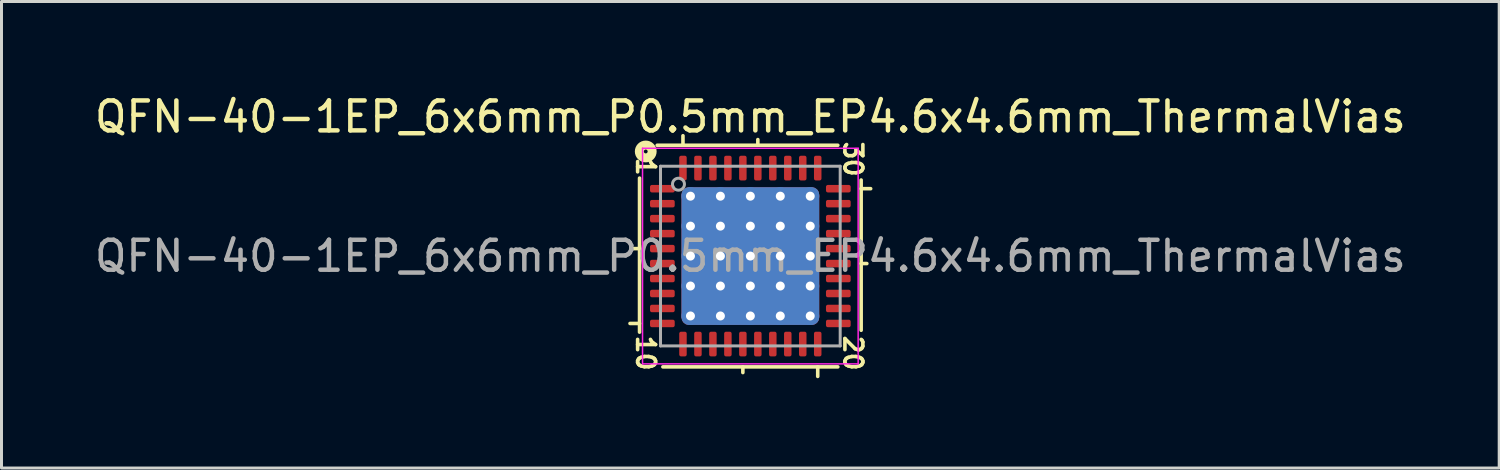
<source format=kicad_pcb>
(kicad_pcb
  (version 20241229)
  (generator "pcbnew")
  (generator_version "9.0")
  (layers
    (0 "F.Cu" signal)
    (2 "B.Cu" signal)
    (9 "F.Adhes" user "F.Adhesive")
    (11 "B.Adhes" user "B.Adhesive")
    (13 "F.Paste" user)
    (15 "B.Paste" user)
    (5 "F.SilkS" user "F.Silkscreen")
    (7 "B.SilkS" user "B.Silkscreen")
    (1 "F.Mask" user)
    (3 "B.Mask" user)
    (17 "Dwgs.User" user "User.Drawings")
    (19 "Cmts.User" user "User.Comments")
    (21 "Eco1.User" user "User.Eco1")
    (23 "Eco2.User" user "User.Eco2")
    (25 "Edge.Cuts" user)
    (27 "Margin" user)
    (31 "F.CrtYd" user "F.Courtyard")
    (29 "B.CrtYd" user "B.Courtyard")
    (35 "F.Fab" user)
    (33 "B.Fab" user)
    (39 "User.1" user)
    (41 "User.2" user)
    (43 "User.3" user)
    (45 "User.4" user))
  (footprint "QFN-40-1EP_6x6mm_P0.5mm_EP4.6x4.6mm_ThermalVias"
    (layer "F.Cu")
    (at 22.006 5.501)
    (property "Reference" "QFN-40-1EP_6x6mm_P0.5mm_EP4.6x4.6mm_ThermalVias" (at 0 -4.652 0) (layer "F.SilkS") (effects (font (size 1 1) (thickness 0.15))))
    (attr smd)
    (fp_line (start -4.018 2.25) (end -3.7 2.25) (stroke (width 0.12) (type solid)) (layer "F.SilkS"))
    (fp_line (start -3.7 -2.603) (end -3.7 2.54) (stroke (width 0.12) (type solid)) (layer "F.SilkS"))
    (fp_line (start -3.7 -0.25) (end -3.89 -0.25) (stroke (width 0.12) (type solid)) (layer "F.SilkS"))
    (fp_line (start -2.921 3.7) (end 2.921 3.7) (stroke (width 0.12) (type solid)) (layer "F.SilkS"))
    (fp_line (start -2.25 -3.7) (end -2.25 -4.018) (stroke (width 0.12) (type solid)) (layer "F.SilkS"))
    (fp_line (start -0.25 3.7) (end -0.25 3.89) (stroke (width 0.12) (type solid)) (layer "F.SilkS"))
    (fp_line (start 0.25 -3.7) (end 0.25 -3.89) (stroke (width 0.12) (type solid)) (layer "F.SilkS"))
    (fp_line (start 2.25 3.7) (end 2.25 4.018) (stroke (width 0.12) (type solid)) (layer "F.SilkS"))
    (fp_line (start 2.921 -3.7) (end -3.111 -3.7) (stroke (width 0.12) (type solid)) (layer "F.SilkS"))
    (fp_line (start 3.7 -2.25) (end 4.018 -2.25) (stroke (width 0.12) (type solid)) (layer "F.SilkS"))
    (fp_line (start 3.7 0.25) (end 3.89 0.25) (stroke (width 0.12) (type solid)) (layer "F.SilkS"))
    (fp_line (start 3.7 2.477) (end 3.7 -2.54) (stroke (width 0.12) (type solid)) (layer "F.SilkS"))
    (fp_circle (center -3.493 -3.493) (end -3.429 -3.493) (stroke (width 0.3) (type solid)) (fill no) (layer "F.SilkS"))
    (fp_line (start -3.6 -3.6) (end -3.6 3.6) (stroke (width 0.05) (type solid)) (layer "F.CrtYd"))
    (fp_line (start -3.6 3.6) (end 3.6 3.6) (stroke (width 0.05) (type solid)) (layer "F.CrtYd"))
    (fp_line (start 3.6 -3.6) (end -3.6 -3.6) (stroke (width 0.05) (type solid)) (layer "F.CrtYd"))
    (fp_line (start 3.6 3.6) (end 3.6 -3.6) (stroke (width 0.05) (type solid)) (layer "F.CrtYd"))
    (fp_line (start -3 -3) (end 3 -3) (stroke (width 0.1) (type solid)) (layer "F.Fab"))
    (fp_line (start -3 3) (end -3 -3) (stroke (width 0.1) (type solid)) (layer "F.Fab"))
    (fp_line (start 3 -3) (end 3 3) (stroke (width 0.1) (type solid)) (layer "F.Fab"))
    (fp_line (start 3 3) (end -3 3) (stroke (width 0.1) (type solid)) (layer "F.Fab"))
    (fp_circle (center -2.4 -2.4) (end -2.2 -2.4) (stroke (width 0.1) (type solid)) (fill no) (layer "F.Fab"))
    (fp_text user "20" (at 3.429 3.239 270) (unlocked yes) (layer "F.SilkS") (effects (font (size 0.6 0.6) (thickness 0.12))))
    (fp_text user "30" (at 3.429 -3.239 270) (unlocked yes) (layer "F.SilkS") (effects (font (size 0.6 0.6) (thickness 0.12))))
    (fp_text user "1" (at -3.493 -2.985 270) (unlocked yes) (layer "F.SilkS") (effects (font (size 0.6 0.6) (thickness 0.12))))
    (fp_text user "10" (at -3.493 3.239 270) (unlocked yes) (layer "F.SilkS") (effects (font (size 0.6 0.6) (thickness 0.12))))
    (fp_text user "${REFERENCE}" (at 0 0 0) (layer "F.Fab") (effects (font (size 1 1) (thickness 0.15))))
    (pad "" smd custom (at -1.538 -1.538) (size 0.786 0.786) (layers "F.Paste") (options (anchor circle)) (primitives (gr_poly (pts (xy 0.34 -0.253) (xy 0.34 0.253) (xy 0.253 0.34) (xy -0.253 0.34) (xy -0.34 0.253) (xy -0.34 -0.253) (xy -0.253 -0.34) (xy 0.253 -0.34)) (width 0.21) (fill yes))))
    (pad "" smd custom (at -1.538 -0.512) (size 0.786 0.786) (layers "F.Paste") (options (anchor circle)) (primitives (gr_poly (pts (xy 0.34 -0.253) (xy 0.34 0.253) (xy 0.253 0.34) (xy -0.253 0.34) (xy -0.34 0.253) (xy -0.34 -0.253) (xy -0.253 -0.34) (xy 0.253 -0.34)) (width 0.21) (fill yes))))
    (pad "" smd custom (at -1.538 0.512) (size 0.786 0.786) (layers "F.Paste") (options (anchor circle)) (primitives (gr_poly (pts (xy 0.34 -0.253) (xy 0.34 0.253) (xy 0.253 0.34) (xy -0.253 0.34) (xy -0.34 0.253) (xy -0.34 -0.253) (xy -0.253 -0.34) (xy 0.253 -0.34)) (width 0.21) (fill yes))))
    (pad "" smd custom (at -1.538 1.538) (size 0.786 0.786) (layers "F.Paste") (options (anchor circle)) (primitives (gr_poly (pts (xy 0.34 -0.253) (xy 0.34 0.253) (xy 0.253 0.34) (xy -0.253 0.34) (xy -0.34 0.253) (xy -0.34 -0.253) (xy -0.253 -0.34) (xy 0.253 -0.34)) (width 0.21) (fill yes))))
    (pad "" smd custom (at -0.512 -1.538) (size 0.786 0.786) (layers "F.Paste") (options (anchor circle)) (primitives (gr_poly (pts (xy 0.34 -0.253) (xy 0.34 0.253) (xy 0.253 0.34) (xy -0.253 0.34) (xy -0.34 0.253) (xy -0.34 -0.253) (xy -0.253 -0.34) (xy 0.253 -0.34)) (width 0.21) (fill yes))))
    (pad "" smd custom (at -0.512 -0.512) (size 0.786 0.786) (layers "F.Paste") (options (anchor circle)) (primitives (gr_poly (pts (xy 0.34 -0.253) (xy 0.34 0.253) (xy 0.253 0.34) (xy -0.253 0.34) (xy -0.34 0.253) (xy -0.34 -0.253) (xy -0.253 -0.34) (xy 0.253 -0.34)) (width 0.21) (fill yes))))
    (pad "" smd custom (at -0.512 0.512) (size 0.786 0.786) (layers "F.Paste") (options (anchor circle)) (primitives (gr_poly (pts (xy 0.34 -0.253) (xy 0.34 0.253) (xy 0.253 0.34) (xy -0.253 0.34) (xy -0.34 0.253) (xy -0.34 -0.253) (xy -0.253 -0.34) (xy 0.253 -0.34)) (width 0.21) (fill yes))))
    (pad "" smd custom (at -0.512 1.538) (size 0.786 0.786) (layers "F.Paste") (options (anchor circle)) (primitives (gr_poly (pts (xy 0.34 -0.253) (xy 0.34 0.253) (xy 0.253 0.34) (xy -0.253 0.34) (xy -0.34 0.253) (xy -0.34 -0.253) (xy -0.253 -0.34) (xy 0.253 -0.34)) (width 0.21) (fill yes))))
    (pad "" smd custom (at 0.512 -1.538) (size 0.786 0.786) (layers "F.Paste") (options (anchor circle)) (primitives (gr_poly (pts (xy 0.34 -0.253) (xy 0.34 0.253) (xy 0.253 0.34) (xy -0.253 0.34) (xy -0.34 0.253) (xy -0.34 -0.253) (xy -0.253 -0.34) (xy 0.253 -0.34)) (width 0.21) (fill yes))))
    (pad "" smd custom (at 0.512 -0.512) (size 0.786 0.786) (layers "F.Paste") (options (anchor circle)) (primitives (gr_poly (pts (xy 0.34 -0.253) (xy 0.34 0.253) (xy 0.253 0.34) (xy -0.253 0.34) (xy -0.34 0.253) (xy -0.34 -0.253) (xy -0.253 -0.34) (xy 0.253 -0.34)) (width 0.21) (fill yes))))
    (pad "" smd custom (at 0.512 0.512) (size 0.786 0.786) (layers "F.Paste") (options (anchor circle)) (primitives (gr_poly (pts (xy 0.34 -0.253) (xy 0.34 0.253) (xy 0.253 0.34) (xy -0.253 0.34) (xy -0.34 0.253) (xy -0.34 -0.253) (xy -0.253 -0.34) (xy 0.253 -0.34)) (width 0.21) (fill yes))))
    (pad "" smd custom (at 0.512 1.538) (size 0.786 0.786) (layers "F.Paste") (options (anchor circle)) (primitives (gr_poly (pts (xy 0.34 -0.253) (xy 0.34 0.253) (xy 0.253 0.34) (xy -0.253 0.34) (xy -0.34 0.253) (xy -0.34 -0.253) (xy -0.253 -0.34) (xy 0.253 -0.34)) (width 0.21) (fill yes))))
    (pad "" smd custom (at 1.538 -1.538) (size 0.786 0.786) (layers "F.Paste") (options (anchor circle)) (primitives (gr_poly (pts (xy 0.34 -0.253) (xy 0.34 0.253) (xy 0.253 0.34) (xy -0.253 0.34) (xy -0.34 0.253) (xy -0.34 -0.253) (xy -0.253 -0.34) (xy 0.253 -0.34)) (width 0.21) (fill yes))))
    (pad "" smd custom (at 1.538 -0.512) (size 0.786 0.786) (layers "F.Paste") (options (anchor circle)) (primitives (gr_poly (pts (xy 0.34 -0.253) (xy 0.34 0.253) (xy 0.253 0.34) (xy -0.253 0.34) (xy -0.34 0.253) (xy -0.34 -0.253) (xy -0.253 -0.34) (xy 0.253 -0.34)) (width 0.21) (fill yes))))
    (pad "" smd custom (at 1.538 0.512) (size 0.786 0.786) (layers "F.Paste") (options (anchor circle)) (primitives (gr_poly (pts (xy 0.34 -0.253) (xy 0.34 0.253) (xy 0.253 0.34) (xy -0.253 0.34) (xy -0.34 0.253) (xy -0.34 -0.253) (xy -0.253 -0.34) (xy 0.253 -0.34)) (width 0.21) (fill yes))))
    (pad "" smd custom (at 1.538 1.538) (size 0.786 0.786) (layers "F.Paste") (options (anchor circle)) (primitives (gr_poly (pts (xy 0.34 -0.253) (xy 0.34 0.253) (xy 0.253 0.34) (xy -0.253 0.34) (xy -0.34 0.253) (xy -0.34 -0.253) (xy -0.253 -0.34) (xy 0.253 -0.34)) (width 0.21) (fill yes))))
    (pad "1" smd roundrect (at -2.938 -2.25) (size 0.825 0.25) (layers "F.Cu" "F.Mask" "F.Paste") (roundrect_rratio 0.25))
    (pad "2" smd roundrect (at -2.938 -1.75) (size 0.825 0.25) (layers "F.Cu" "F.Mask" "F.Paste") (roundrect_rratio 0.25))
    (pad "3" smd roundrect (at -2.938 -1.25) (size 0.825 0.25) (layers "F.Cu" "F.Mask" "F.Paste") (roundrect_rratio 0.25))
    (pad "4" smd roundrect (at -2.938 -0.75) (size 0.825 0.25) (layers "F.Cu" "F.Mask" "F.Paste") (roundrect_rratio 0.25))
    (pad "5" smd roundrect (at -2.938 -0.25) (size 0.825 0.25) (layers "F.Cu" "F.Mask" "F.Paste") (roundrect_rratio 0.25))
    (pad "6" smd roundrect (at -2.938 0.25) (size 0.825 0.25) (layers "F.Cu" "F.Mask" "F.Paste") (roundrect_rratio 0.25))
    (pad "7" smd roundrect (at -2.938 0.75) (size 0.825 0.25) (layers "F.Cu" "F.Mask" "F.Paste") (roundrect_rratio 0.25))
    (pad "8" smd roundrect (at -2.938 1.25) (size 0.825 0.25) (layers "F.Cu" "F.Mask" "F.Paste") (roundrect_rratio 0.25))
    (pad "9" smd roundrect (at -2.938 1.75) (size 0.825 0.25) (layers "F.Cu" "F.Mask" "F.Paste") (roundrect_rratio 0.25))
    (pad "10" smd roundrect (at -2.938 2.25) (size 0.825 0.25) (layers "F.Cu" "F.Mask" "F.Paste") (roundrect_rratio 0.25))
    (pad "11" smd roundrect (at -2.25 2.938) (size 0.25 0.825) (layers "F.Cu" "F.Mask" "F.Paste") (roundrect_rratio 0.25))
    (pad "12" smd roundrect (at -1.75 2.938) (size 0.25 0.825) (layers "F.Cu" "F.Mask" "F.Paste") (roundrect_rratio 0.25))
    (pad "13" smd roundrect (at -1.25 2.938) (size 0.25 0.825) (layers "F.Cu" "F.Mask" "F.Paste") (roundrect_rratio 0.25))
    (pad "14" smd roundrect (at -0.75 2.938) (size 0.25 0.825) (layers "F.Cu" "F.Mask" "F.Paste") (roundrect_rratio 0.25))
    (pad "15" smd roundrect (at -0.25 2.938) (size 0.25 0.825) (layers "F.Cu" "F.Mask" "F.Paste") (roundrect_rratio 0.25))
    (pad "16" smd roundrect (at 0.25 2.938) (size 0.25 0.825) (layers "F.Cu" "F.Mask" "F.Paste") (roundrect_rratio 0.25))
    (pad "17" smd roundrect (at 0.75 2.938) (size 0.25 0.825) (layers "F.Cu" "F.Mask" "F.Paste") (roundrect_rratio 0.25))
    (pad "18" smd roundrect (at 1.25 2.938) (size 0.25 0.825) (layers "F.Cu" "F.Mask" "F.Paste") (roundrect_rratio 0.25))
    (pad "19" smd roundrect (at 1.75 2.938) (size 0.25 0.825) (layers "F.Cu" "F.Mask" "F.Paste") (roundrect_rratio 0.25))
    (pad "20" smd roundrect (at 2.25 2.938) (size 0.25 0.825) (layers "F.Cu" "F.Mask" "F.Paste") (roundrect_rratio 0.25))
    (pad "21" smd roundrect (at 2.938 2.25) (size 0.825 0.25) (layers "F.Cu" "F.Mask" "F.Paste") (roundrect_rratio 0.25))
    (pad "22" smd roundrect (at 2.938 1.75) (size 0.825 0.25) (layers "F.Cu" "F.Mask" "F.Paste") (roundrect_rratio 0.25))
    (pad "23" smd roundrect (at 2.938 1.25) (size 0.825 0.25) (layers "F.Cu" "F.Mask" "F.Paste") (roundrect_rratio 0.25))
    (pad "24" smd roundrect (at 2.938 0.75) (size 0.825 0.25) (layers "F.Cu" "F.Mask" "F.Paste") (roundrect_rratio 0.25))
    (pad "25" smd roundrect (at 2.938 0.25) (size 0.825 0.25) (layers "F.Cu" "F.Mask" "F.Paste") (roundrect_rratio 0.25))
    (pad "26" smd roundrect (at 2.938 -0.25) (size 0.825 0.25) (layers "F.Cu" "F.Mask" "F.Paste") (roundrect_rratio 0.25))
    (pad "27" smd roundrect (at 2.938 -0.75) (size 0.825 0.25) (layers "F.Cu" "F.Mask" "F.Paste") (roundrect_rratio 0.25))
    (pad "28" smd roundrect (at 2.938 -1.25) (size 0.825 0.25) (layers "F.Cu" "F.Mask" "F.Paste") (roundrect_rratio 0.25))
    (pad "29" smd roundrect (at 2.938 -1.75) (size 0.825 0.25) (layers "F.Cu" "F.Mask" "F.Paste") (roundrect_rratio 0.25))
    (pad "30" smd roundrect (at 2.938 -2.25) (size 0.825 0.25) (layers "F.Cu" "F.Mask" "F.Paste") (roundrect_rratio 0.25))
    (pad "31" smd roundrect (at 2.25 -2.938) (size 0.25 0.825) (layers "F.Cu" "F.Mask" "F.Paste") (roundrect_rratio 0.25))
    (pad "32" smd roundrect (at 1.75 -2.938) (size 0.25 0.825) (layers "F.Cu" "F.Mask" "F.Paste") (roundrect_rratio 0.25))
    (pad "33" smd roundrect (at 1.25 -2.938) (size 0.25 0.825) (layers "F.Cu" "F.Mask" "F.Paste") (roundrect_rratio 0.25))
    (pad "34" smd roundrect (at 0.75 -2.938) (size 0.25 0.825) (layers "F.Cu" "F.Mask" "F.Paste") (roundrect_rratio 0.25))
    (pad "35" smd roundrect (at 0.25 -2.938) (size 0.25 0.825) (layers "F.Cu" "F.Mask" "F.Paste") (roundrect_rratio 0.25))
    (pad "36" smd roundrect (at -0.25 -2.938) (size 0.25 0.825) (layers "F.Cu" "F.Mask" "F.Paste") (roundrect_rratio 0.25))
    (pad "37" smd roundrect (at -0.75 -2.938) (size 0.25 0.825) (layers "F.Cu" "F.Mask" "F.Paste") (roundrect_rratio 0.25))
    (pad "38" smd roundrect (at -1.25 -2.938) (size 0.25 0.825) (layers "F.Cu" "F.Mask" "F.Paste") (roundrect_rratio 0.25))
    (pad "39" smd roundrect (at -1.75 -2.938) (size 0.25 0.825) (layers "F.Cu" "F.Mask" "F.Paste") (roundrect_rratio 0.25))
    (pad "40" smd roundrect (at -2.25 -2.938) (size 0.25 0.825) (layers "F.Cu" "F.Mask" "F.Paste") (roundrect_rratio 0.25))
    (pad "41" thru_hole circle (at -2 -2) (size 0.6 0.6) (drill 0.3) (property pad_prop_heatsink) (layers "*.Cu"))
    (pad "41" thru_hole circle (at -2 -1) (size 0.6 0.6) (drill 0.3) (property pad_prop_heatsink) (layers "*.Cu"))
    (pad "41" thru_hole circle (at -2 0) (size 0.6 0.6) (drill 0.3) (property pad_prop_heatsink) (layers "*.Cu"))
    (pad "41" thru_hole circle (at -2 1) (size 0.6 0.6) (drill 0.3) (property pad_prop_heatsink) (layers "*.Cu"))
    (pad "41" thru_hole circle (at -2 2) (size 0.6 0.6) (drill 0.3) (property pad_prop_heatsink) (layers "*.Cu"))
    (pad "41" thru_hole circle (at -1 -2) (size 0.6 0.6) (drill 0.3) (property pad_prop_heatsink) (layers "*.Cu"))
    (pad "41" thru_hole circle (at -1 -1) (size 0.6 0.6) (drill 0.3) (property pad_prop_heatsink) (layers "*.Cu"))
    (pad "41" thru_hole circle (at -1 0) (size 0.6 0.6) (drill 0.3) (property pad_prop_heatsink) (layers "*.Cu"))
    (pad "41" thru_hole circle (at -1 1) (size 0.6 0.6) (drill 0.3) (property pad_prop_heatsink) (layers "*.Cu"))
    (pad "41" thru_hole circle (at -1 2) (size 0.6 0.6) (drill 0.3) (property pad_prop_heatsink) (layers "*.Cu"))
    (pad "41" thru_hole circle (at 0 -2) (size 0.6 0.6) (drill 0.3) (property pad_prop_heatsink) (layers "*.Cu"))
    (pad "41" thru_hole circle (at 0 -1) (size 0.6 0.6) (drill 0.3) (property pad_prop_heatsink) (layers "*.Cu"))
    (pad "41" thru_hole circle (at 0 0) (size 0.6 0.6) (drill 0.3) (property pad_prop_heatsink) (layers "*.Cu"))
    (pad "41" smd roundrect (at 0 0) (size 4.6 4.6) (layers "F.Cu" "F.Mask") (roundrect_rratio 0.054))
    (pad "41" smd roundrect (at 0 0) (size 4.6 4.6) (layers "B.Cu" "B.Mask") (roundrect_rratio 0.054))
    (pad "41" thru_hole circle (at 0 1) (size 0.6 0.6) (drill 0.3) (property pad_prop_heatsink) (layers "*.Cu"))
    (pad "41" thru_hole circle (at 0 2) (size 0.6 0.6) (drill 0.3) (property pad_prop_heatsink) (layers "*.Cu"))
    (pad "41" thru_hole circle (at 1 -2) (size 0.6 0.6) (drill 0.3) (property pad_prop_heatsink) (layers "*.Cu"))
    (pad "41" thru_hole circle (at 1 -1) (size 0.6 0.6) (drill 0.3) (property pad_prop_heatsink) (layers "*.Cu"))
    (pad "41" thru_hole circle (at 1 0) (size 0.6 0.6) (drill 0.3) (property pad_prop_heatsink) (layers "*.Cu"))
    (pad "41" thru_hole circle (at 1 1) (size 0.6 0.6) (drill 0.3) (property pad_prop_heatsink) (layers "*.Cu"))
    (pad "41" thru_hole circle (at 1 2) (size 0.6 0.6) (drill 0.3) (property pad_prop_heatsink) (layers "*.Cu"))
    (pad "41" thru_hole circle (at 2 -2) (size 0.6 0.6) (drill 0.3) (property pad_prop_heatsink) (layers "*.Cu"))
    (pad "41" thru_hole circle (at 2 -1) (size 0.6 0.6) (drill 0.3) (property pad_prop_heatsink) (layers "*.Cu"))
    (pad "41" thru_hole circle (at 2 0) (size 0.6 0.6) (drill 0.3) (property pad_prop_heatsink) (layers "*.Cu"))
    (pad "41" thru_hole circle (at 2 1) (size 0.6 0.6) (drill 0.3) (property pad_prop_heatsink) (layers "*.Cu"))
    (pad "41" thru_hole circle (at 2 2) (size 0.6 0.6) (drill 0.3) (property pad_prop_heatsink) (layers "*.Cu")))
  (gr_rect
    (start -3 -3)
    (end 47.012 12.578)
    (stroke (width 0.1) (type default))
    (fill no)
    (layer "Edge.Cuts")))
</source>
